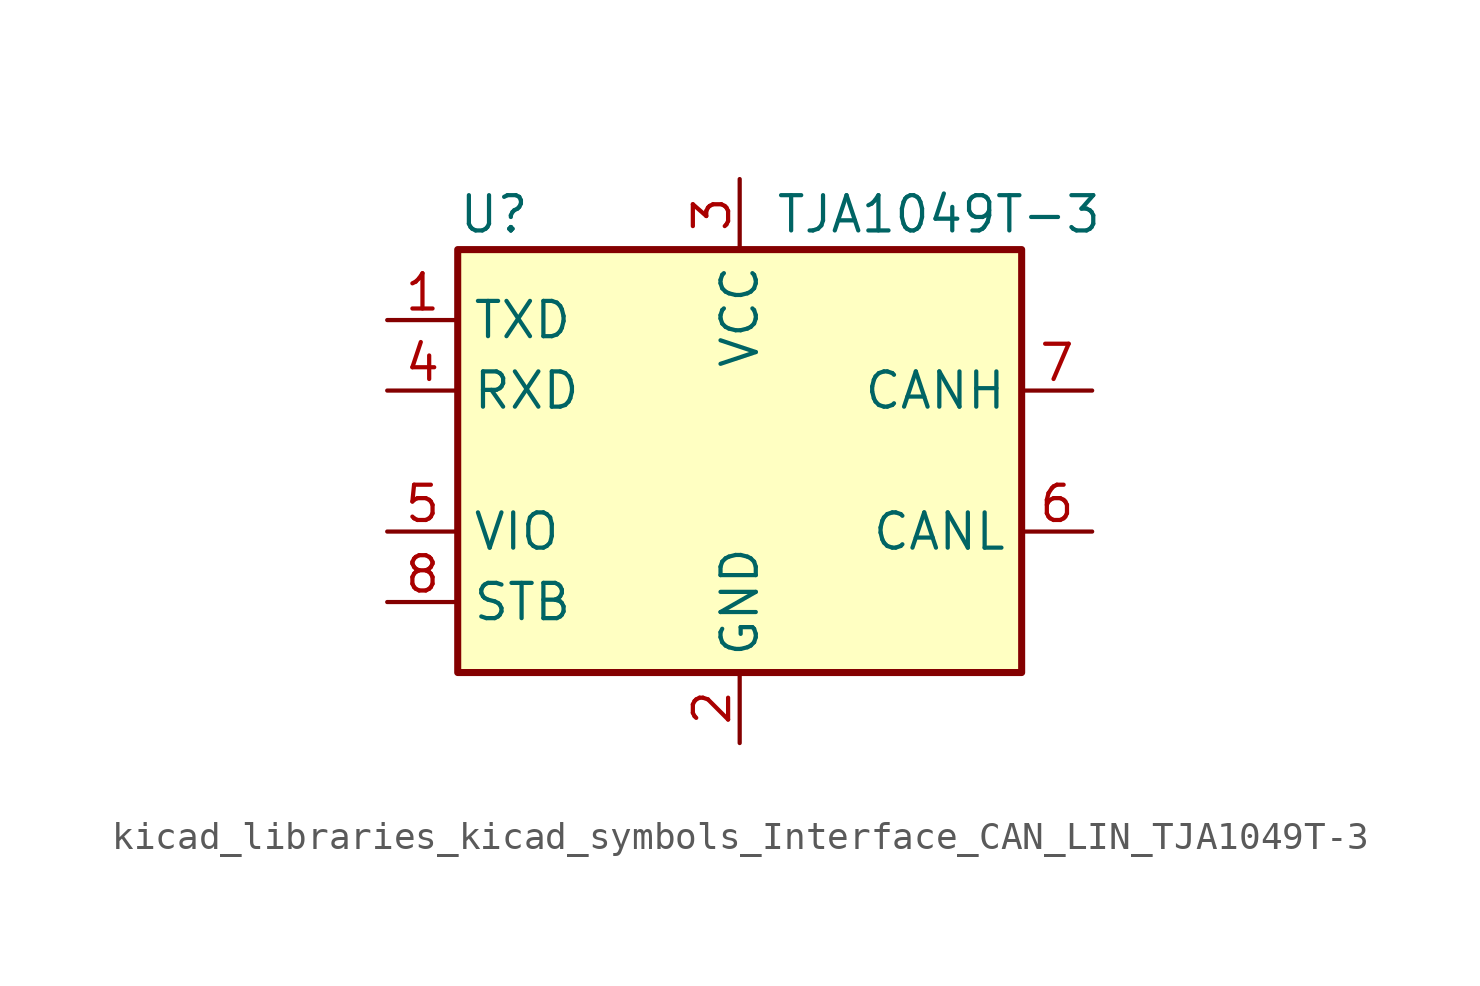
<source format=kicad_sym>
(kicad_symbol_lib
  (version 20220914)
  (generator kicad_symbol_editor)
  (symbol "kicad_libraries_kicad_symbols_Interface_CAN_LIN_TJA1049T-3"
    (property "Reference" "U"
      (at -10.16 8.89 0)
      (effects (font (size 1.27 1.27)) (justify left)))
    (property "Value" "TJA1049T-3"
      (at 1.27 8.89 0)
      (effects (font (size 1.27 1.27)) (justify left)))
    (symbol "kicad_libraries_kicad_symbols_Interface_CAN_LIN_TJA1049T-3_0_1"
      (rectangle (start -10.16 7.62) (end 10.16 -7.62) (stroke (width 0.254) (type default)) (fill (type background))))
    (symbol "kicad_libraries_kicad_symbols_Interface_CAN_LIN_TJA1049T-3_1_1"
      (pin input line (at -12.7 5.08 0) (length 2.54) (name "TXD" (effects (font (size 1.27 1.27)))) (number "1" (effects (font (size 1.27 1.27)))))
      (pin power_in line (at 0 -10.16 90) (length 2.54) (name "GND" (effects (font (size 1.27 1.27)))) (number "2" (effects (font (size 1.27 1.27)))))
      (pin power_in line (at 0 10.16 270) (length 2.54) (name "VCC" (effects (font (size 1.27 1.27)))) (number "3" (effects (font (size 1.27 1.27)))))
      (pin output line (at -12.7 2.54 0) (length 2.54) (name "RXD" (effects (font (size 1.27 1.27)))) (number "4" (effects (font (size 1.27 1.27)))))
      (pin power_in line (at -12.7 -2.54 0) (length 2.54) (name "VIO" (effects (font (size 1.27 1.27)))) (number "5" (effects (font (size 1.27 1.27)))))
      (pin bidirectional line (at 12.7 -2.54 180) (length 2.54) (name "CANL" (effects (font (size 1.27 1.27)))) (number "6" (effects (font (size 1.27 1.27)))))
      (pin bidirectional line (at 12.7 2.54 180) (length 2.54) (name "CANH" (effects (font (size 1.27 1.27)))) (number "7" (effects (font (size 1.27 1.27)))))
      (pin input line (at -12.7 -5.08 0) (length 2.54) (name "STB" (effects (font (size 1.27 1.27)))) (number "8" (effects (font (size 1.27 1.27))))))))
</source>
